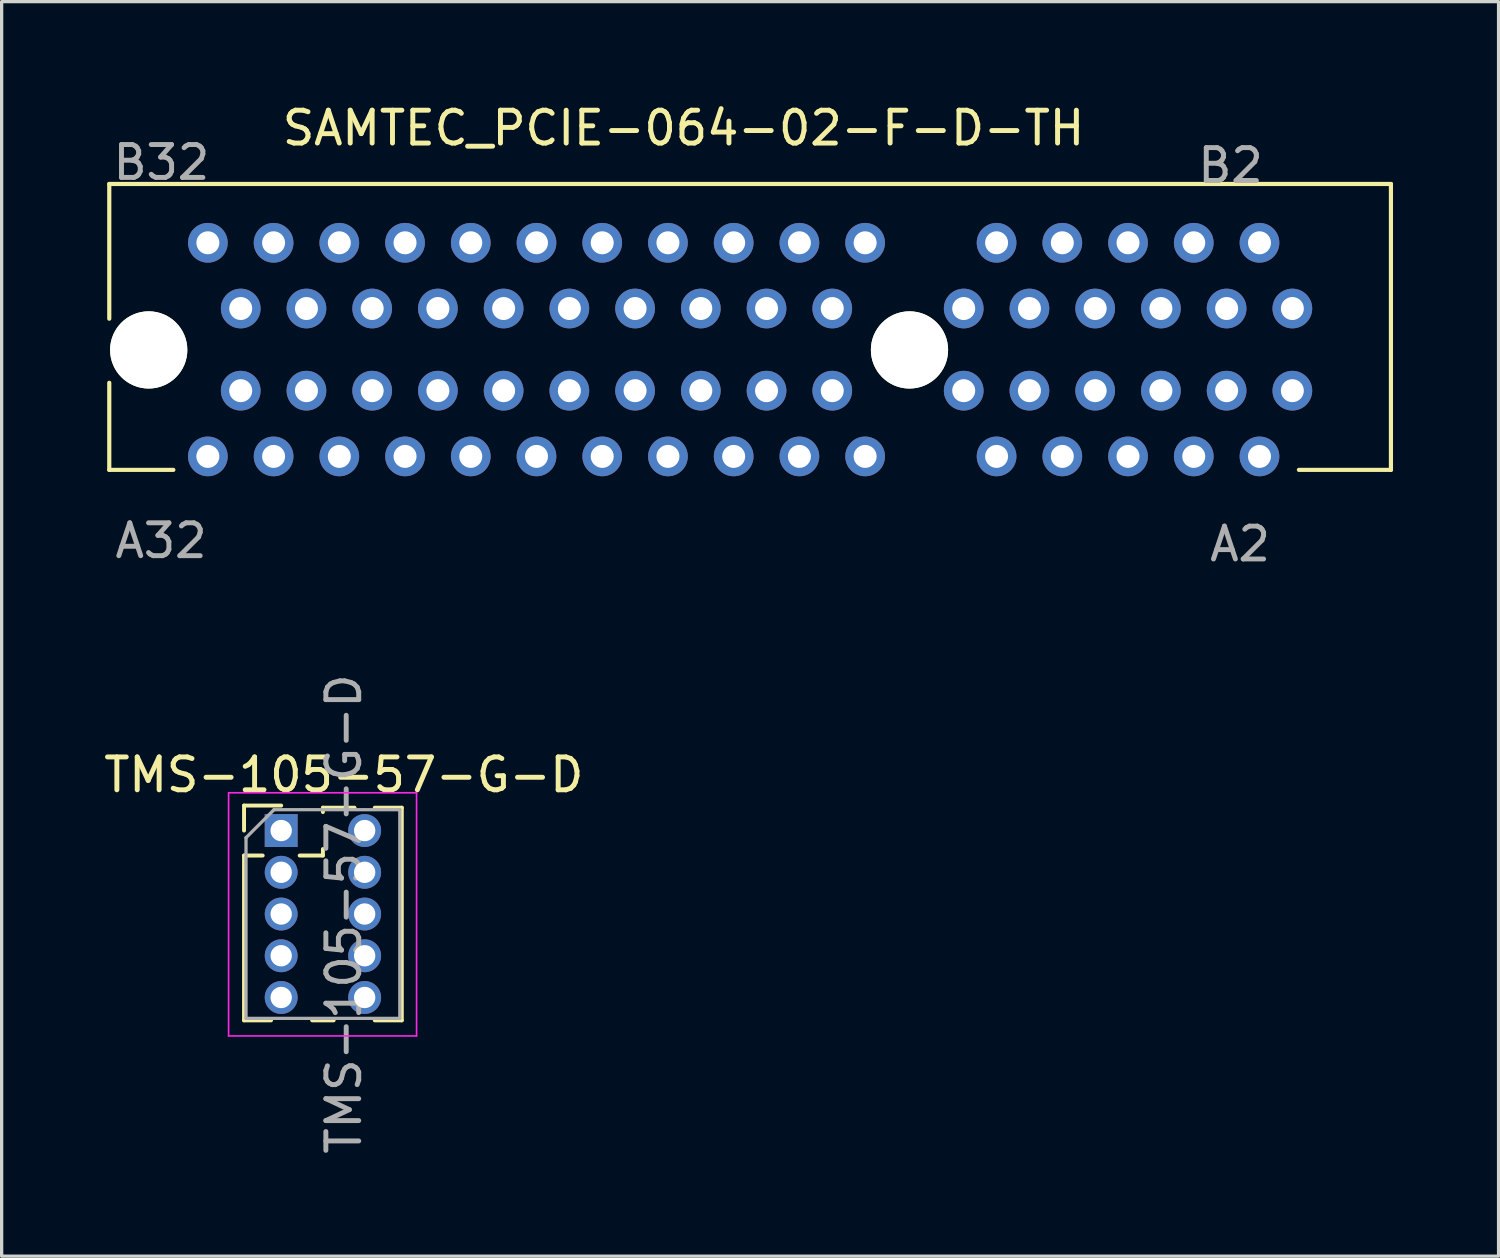
<source format=kicad_pcb>
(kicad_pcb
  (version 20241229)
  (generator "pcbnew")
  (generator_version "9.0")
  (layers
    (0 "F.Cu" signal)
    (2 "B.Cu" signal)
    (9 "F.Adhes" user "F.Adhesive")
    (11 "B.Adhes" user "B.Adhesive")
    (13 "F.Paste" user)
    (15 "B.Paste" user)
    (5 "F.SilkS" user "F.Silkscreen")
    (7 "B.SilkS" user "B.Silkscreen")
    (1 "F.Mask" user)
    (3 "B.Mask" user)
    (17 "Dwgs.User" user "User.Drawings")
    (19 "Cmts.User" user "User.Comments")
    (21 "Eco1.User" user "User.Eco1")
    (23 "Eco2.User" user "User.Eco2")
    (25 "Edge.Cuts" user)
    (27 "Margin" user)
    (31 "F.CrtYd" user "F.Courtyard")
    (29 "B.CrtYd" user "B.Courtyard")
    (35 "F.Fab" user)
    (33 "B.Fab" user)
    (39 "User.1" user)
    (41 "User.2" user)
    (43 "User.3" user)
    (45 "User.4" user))
  (footprint "SAMTEC_PCIE-064-02-F-D-TH"
    (layer "F.Cu")
    (at 19.775 7.598)
    (property "Reference" "SAMTEC_PCIE-064-02-F-D-TH" (at -2.025 -6.75 0) (layer "F.SilkS") (effects (font (size 1 1) (thickness 0.15))))
    (attr through_hole)
    (fp_line (start -19.5 -5.05) (end -19.5 -0.95) (stroke (width 0.127) (type solid)) (layer "F.SilkS"))
    (fp_line (start -19.5 -5.05) (end 19.5 -5.05) (stroke (width 0.127) (type solid)) (layer "F.SilkS"))
    (fp_line (start -19.5 3.65) (end -19.5 1) (stroke (width 0.127) (type solid)) (layer "F.SilkS"))
    (fp_line (start -17.55 3.65) (end -19.5 3.65) (stroke (width 0.127) (type solid)) (layer "F.SilkS"))
    (fp_line (start 19.5 -5.05) (end 19.5 3.65) (stroke (width 0.127) (type solid)) (layer "F.SilkS"))
    (fp_line (start 19.5 3.65) (end 16.7 3.65) (stroke (width 0.127) (type solid)) (layer "F.SilkS"))
    (fp_line (start -19.75 -5.3) (end 19.75 -5.3) (stroke (width 0.05) (type solid)) (layer "Eco1.User"))
    (fp_line (start -19.75 4.1) (end -19.75 -5.3) (stroke (width 0.05) (type solid)) (layer "Eco1.User"))
    (fp_line (start 19.75 -5.3) (end 19.75 4.1) (stroke (width 0.05) (type solid)) (layer "Eco1.User"))
    (fp_line (start 19.75 4.1) (end -19.75 4.1) (stroke (width 0.05) (type solid)) (layer "Eco1.User"))
    (fp_line (start -19.5 -5.05) (end 19.5 -5.05) (stroke (width 0.127) (type solid)) (layer "Eco2.User"))
    (fp_line (start -19.5 -3.65) (end -19.5 -5.05) (stroke (width 0.127) (type solid)) (layer "Eco2.User"))
    (fp_line (start -19.5 -3.65) (end 19.5 -3.65) (stroke (width 0.127) (type solid)) (layer "Eco2.User"))
    (fp_line (start -19.5 3.65) (end -19.5 -3.65) (stroke (width 0.127) (type solid)) (layer "Eco2.User"))
    (fp_line (start 19.5 -5.05) (end 19.5 -3.65) (stroke (width 0.127) (type solid)) (layer "Eco2.User"))
    (fp_line (start 19.5 -3.65) (end 19.5 3.65) (stroke (width 0.127) (type solid)) (layer "Eco2.User"))
    (fp_line (start 19.5 3.65) (end -19.5 3.65) (stroke (width 0.127) (type solid)) (layer "Eco2.User"))
    (fp_text user "B2" (at 14.619 -5.611 0) (layer "F.Fab") (effects (font (size 1 1) (thickness 0.15))))
    (fp_text user "A2" (at 14.91 5.906 0) (layer "F.Fab") (effects (font (size 1 1) (thickness 0.15))))
    (fp_text user "A32" (at -17.924 5.806 0) (layer "F.Fab") (effects (font (size 1 1) (thickness 0.15))))
    (fp_text user "B32" (at -17.914 -5.704 0) (layer "F.Fab") (effects (font (size 1 1) (thickness 0.15))))
    (pad "" np_thru_hole circle (at -18.3 0) (size 2.35 2.35) (drill 2.35) (layers "*.Cu" "*.Mask" "F.SilkS"))
    (pad "" np_thru_hole circle (at 4.85 0) (size 2.35 2.35) (drill 2.35) (layers "*.Cu" "*.Mask" "F.SilkS"))
    (pad "A1" thru_hole circle (at 16.5 1.24) (size 1.208 1.208) (drill 0.7) (layers "*.Cu" "*.Mask"))
    (pad "A2" thru_hole circle (at 15.5 3.24) (size 1.208 1.208) (drill 0.7) (layers "*.Cu" "*.Mask"))
    (pad "A3" thru_hole circle (at 14.5 1.24) (size 1.208 1.208) (drill 0.7) (layers "*.Cu" "*.Mask"))
    (pad "A4" thru_hole circle (at 13.5 3.24) (size 1.208 1.208) (drill 0.7) (layers "*.Cu" "*.Mask"))
    (pad "A5" thru_hole circle (at 12.5 1.24) (size 1.208 1.208) (drill 0.7) (layers "*.Cu" "*.Mask"))
    (pad "A6" thru_hole circle (at 11.5 3.24) (size 1.208 1.208) (drill 0.7) (layers "*.Cu" "*.Mask"))
    (pad "A7" thru_hole circle (at 10.5 1.24) (size 1.208 1.208) (drill 0.7) (layers "*.Cu" "*.Mask"))
    (pad "A8" thru_hole circle (at 9.5 3.24) (size 1.208 1.208) (drill 0.7) (layers "*.Cu" "*.Mask"))
    (pad "A9" thru_hole circle (at 8.5 1.24) (size 1.208 1.208) (drill 0.7) (layers "*.Cu" "*.Mask"))
    (pad "A10" thru_hole circle (at 7.5 3.24) (size 1.208 1.208) (drill 0.7) (layers "*.Cu" "*.Mask"))
    (pad "A11" thru_hole circle (at 6.5 1.24) (size 1.208 1.208) (drill 0.7) (layers "*.Cu" "*.Mask"))
    (pad "A12" thru_hole circle (at 3.5 3.24) (size 1.208 1.208) (drill 0.7) (layers "*.Cu" "*.Mask"))
    (pad "A13" thru_hole circle (at 2.5 1.24) (size 1.208 1.208) (drill 0.7) (layers "*.Cu" "*.Mask"))
    (pad "A14" thru_hole circle (at 1.5 3.24) (size 1.208 1.208) (drill 0.7) (layers "*.Cu" "*.Mask"))
    (pad "A15" thru_hole circle (at 0.5 1.24) (size 1.208 1.208) (drill 0.7) (layers "*.Cu" "*.Mask"))
    (pad "A16" thru_hole circle (at -0.5 3.24) (size 1.208 1.208) (drill 0.7) (layers "*.Cu" "*.Mask"))
    (pad "A17" thru_hole circle (at -1.5 1.24) (size 1.208 1.208) (drill 0.7) (layers "*.Cu" "*.Mask"))
    (pad "A18" thru_hole circle (at -2.5 3.24) (size 1.208 1.208) (drill 0.7) (layers "*.Cu" "*.Mask"))
    (pad "A19" thru_hole circle (at -3.5 1.24) (size 1.208 1.208) (drill 0.7) (layers "*.Cu" "*.Mask"))
    (pad "A20" thru_hole circle (at -4.5 3.24) (size 1.208 1.208) (drill 0.7) (layers "*.Cu" "*.Mask"))
    (pad "A21" thru_hole circle (at -5.5 1.24) (size 1.208 1.208) (drill 0.7) (layers "*.Cu" "*.Mask"))
    (pad "A22" thru_hole circle (at -6.5 3.24) (size 1.208 1.208) (drill 0.7) (layers "*.Cu" "*.Mask"))
    (pad "A23" thru_hole circle (at -7.5 1.24) (size 1.208 1.208) (drill 0.7) (layers "*.Cu" "*.Mask"))
    (pad "A24" thru_hole circle (at -8.5 3.24) (size 1.208 1.208) (drill 0.7) (layers "*.Cu" "*.Mask"))
    (pad "A25" thru_hole circle (at -9.5 1.24) (size 1.208 1.208) (drill 0.7) (layers "*.Cu" "*.Mask"))
    (pad "A26" thru_hole circle (at -10.5 3.24) (size 1.208 1.208) (drill 0.7) (layers "*.Cu" "*.Mask"))
    (pad "A27" thru_hole circle (at -11.5 1.24) (size 1.208 1.208) (drill 0.7) (layers "*.Cu" "*.Mask"))
    (pad "A28" thru_hole circle (at -12.5 3.24) (size 1.208 1.208) (drill 0.7) (layers "*.Cu" "*.Mask"))
    (pad "A29" thru_hole circle (at -13.5 1.24) (size 1.208 1.208) (drill 0.7) (layers "*.Cu" "*.Mask"))
    (pad "A30" thru_hole circle (at -14.5 3.24) (size 1.208 1.208) (drill 0.7) (layers "*.Cu" "*.Mask"))
    (pad "A31" thru_hole circle (at -15.5 1.24) (size 1.208 1.208) (drill 0.7) (layers "*.Cu" "*.Mask"))
    (pad "A32" thru_hole circle (at -16.5 3.24) (size 1.208 1.208) (drill 0.7) (layers "*.Cu" "*.Mask"))
    (pad "B1" thru_hole circle (at 16.5 -1.26) (size 1.208 1.208) (drill 0.7) (layers "*.Cu" "*.Mask"))
    (pad "B2" thru_hole circle (at 15.5 -3.26) (size 1.208 1.208) (drill 0.7) (layers "*.Cu" "*.Mask"))
    (pad "B3" thru_hole circle (at 14.5 -1.26) (size 1.208 1.208) (drill 0.7) (layers "*.Cu" "*.Mask"))
    (pad "B4" thru_hole circle (at 13.5 -3.26) (size 1.208 1.208) (drill 0.7) (layers "*.Cu" "*.Mask"))
    (pad "B5" thru_hole circle (at 12.5 -1.26) (size 1.208 1.208) (drill 0.7) (layers "*.Cu" "*.Mask"))
    (pad "B6" thru_hole circle (at 11.5 -3.26) (size 1.208 1.208) (drill 0.7) (layers "*.Cu" "*.Mask"))
    (pad "B7" thru_hole circle (at 10.5 -1.26) (size 1.208 1.208) (drill 0.7) (layers "*.Cu" "*.Mask"))
    (pad "B8" thru_hole circle (at 9.5 -3.26) (size 1.208 1.208) (drill 0.7) (layers "*.Cu" "*.Mask"))
    (pad "B9" thru_hole circle (at 8.5 -1.26) (size 1.208 1.208) (drill 0.7) (layers "*.Cu" "*.Mask"))
    (pad "B10" thru_hole circle (at 7.5 -3.26) (size 1.208 1.208) (drill 0.7) (layers "*.Cu" "*.Mask"))
    (pad "B11" thru_hole circle (at 6.5 -1.26) (size 1.208 1.208) (drill 0.7) (layers "*.Cu" "*.Mask"))
    (pad "B12" thru_hole circle (at 3.5 -3.26) (size 1.208 1.208) (drill 0.7) (layers "*.Cu" "*.Mask"))
    (pad "B13" thru_hole circle (at 2.5 -1.26) (size 1.208 1.208) (drill 0.7) (layers "*.Cu" "*.Mask"))
    (pad "B14" thru_hole circle (at 1.5 -3.26) (size 1.208 1.208) (drill 0.7) (layers "*.Cu" "*.Mask"))
    (pad "B15" thru_hole circle (at 0.5 -1.26) (size 1.208 1.208) (drill 0.7) (layers "*.Cu" "*.Mask"))
    (pad "B16" thru_hole circle (at -0.5 -3.26) (size 1.208 1.208) (drill 0.7) (layers "*.Cu" "*.Mask"))
    (pad "B17" thru_hole circle (at -1.5 -1.26) (size 1.208 1.208) (drill 0.7) (layers "*.Cu" "*.Mask"))
    (pad "B18" thru_hole circle (at -2.5 -3.26) (size 1.208 1.208) (drill 0.7) (layers "*.Cu" "*.Mask"))
    (pad "B19" thru_hole circle (at -3.5 -1.26) (size 1.208 1.208) (drill 0.7) (layers "*.Cu" "*.Mask"))
    (pad "B20" thru_hole circle (at -4.5 -3.26) (size 1.208 1.208) (drill 0.7) (layers "*.Cu" "*.Mask"))
    (pad "B21" thru_hole circle (at -5.5 -1.26) (size 1.208 1.208) (drill 0.7) (layers "*.Cu" "*.Mask"))
    (pad "B22" thru_hole circle (at -6.5 -3.26) (size 1.208 1.208) (drill 0.7) (layers "*.Cu" "*.Mask"))
    (pad "B23" thru_hole circle (at -7.5 -1.26) (size 1.208 1.208) (drill 0.7) (layers "*.Cu" "*.Mask"))
    (pad "B24" thru_hole circle (at -8.5 -3.26) (size 1.208 1.208) (drill 0.7) (layers "*.Cu" "*.Mask"))
    (pad "B25" thru_hole circle (at -9.5 -1.26) (size 1.208 1.208) (drill 0.7) (layers "*.Cu" "*.Mask"))
    (pad "B26" thru_hole circle (at -10.5 -3.26) (size 1.208 1.208) (drill 0.7) (layers "*.Cu" "*.Mask"))
    (pad "B27" thru_hole circle (at -11.5 -1.26) (size 1.208 1.208) (drill 0.7) (layers "*.Cu" "*.Mask"))
    (pad "B28" thru_hole circle (at -12.5 -3.26) (size 1.208 1.208) (drill 0.7) (layers "*.Cu" "*.Mask"))
    (pad "B29" thru_hole circle (at -13.5 -1.26) (size 1.208 1.208) (drill 0.7) (layers "*.Cu" "*.Mask"))
    (pad "B30" thru_hole circle (at -14.5 -3.26) (size 1.208 1.208) (drill 0.7) (layers "*.Cu" "*.Mask"))
    (pad "B31" thru_hole circle (at -15.5 -1.26) (size 1.208 1.208) (drill 0.7) (layers "*.Cu" "*.Mask"))
    (pad "B32" thru_hole circle (at -16.5 -3.26) (size 1.208 1.208) (drill 0.7) (layers "*.Cu" "*.Mask")))
  (footprint "TMS-105-57-G-D"
    (layer "F.Cu")
    (at 6.776 24.763)
    (property "Reference" "TMS-105-57-G-D" (at 0.635 -4.235 0) (layer "F.SilkS") (effects (font (size 1 1) (thickness 0.15))))
    (attr through_hole)
    (fp_line (start -2.4 -3.3) (end -1.27 -3.3) (stroke (width 0.12) (type solid)) (layer "F.SilkS"))
    (fp_line (start -2.4 -2.54) (end -2.4 -3.3) (stroke (width 0.12) (type solid)) (layer "F.SilkS"))
    (fp_line (start -2.4 -1.78) (end -2.4 3.235) (stroke (width 0.12) (type solid)) (layer "F.SilkS"))
    (fp_line (start -2.4 -1.78) (end -1.833 -1.78) (stroke (width 0.12) (type solid)) (layer "F.SilkS"))
    (fp_line (start -2.4 3.235) (end -1.578 3.235) (stroke (width 0.12) (type solid)) (layer "F.SilkS"))
    (fp_line (start -0.707 -1.78) (end 0 -1.78) (stroke (width 0.12) (type solid)) (layer "F.SilkS"))
    (fp_line (start -0.327 3.235) (end 0.327 3.235) (stroke (width 0.12) (type solid)) (layer "F.SilkS"))
    (fp_line (start 0 -3.235) (end 0.962 -3.235) (stroke (width 0.12) (type solid)) (layer "F.SilkS"))
    (fp_line (start 0 -3.103) (end 0 -3.235) (stroke (width 0.12) (type solid)) (layer "F.SilkS"))
    (fp_line (start 0 -1.78) (end 0 -1.977) (stroke (width 0.12) (type solid)) (layer "F.SilkS"))
    (fp_line (start 1.578 -3.235) (end 2.4 -3.235) (stroke (width 0.12) (type solid)) (layer "F.SilkS"))
    (fp_line (start 1.578 3.235) (end 2.4 3.235) (stroke (width 0.12) (type solid)) (layer "F.SilkS"))
    (fp_line (start 2.4 -3.235) (end 2.4 3.235) (stroke (width 0.12) (type solid)) (layer "F.SilkS"))
    (fp_line (start -2.87 -3.69) (end -2.87 3.71) (stroke (width 0.05) (type solid)) (layer "F.CrtYd"))
    (fp_line (start -2.87 3.71) (end 2.85 3.71) (stroke (width 0.05) (type solid)) (layer "F.CrtYd"))
    (fp_line (start 2.85 -3.69) (end -2.87 -3.69) (stroke (width 0.05) (type solid)) (layer "F.CrtYd"))
    (fp_line (start 2.85 3.71) (end 2.85 -3.69) (stroke (width 0.05) (type solid)) (layer "F.CrtYd"))
    (fp_line (start -2.34 -2.322) (end -1.488 -3.175) (stroke (width 0.1) (type solid)) (layer "F.Fab"))
    (fp_line (start -2.34 3.175) (end -2.34 -2.322) (stroke (width 0.1) (type solid)) (layer "F.Fab"))
    (fp_line (start -1.488 -3.175) (end 2.34 -3.175) (stroke (width 0.1) (type solid)) (layer "F.Fab"))
    (fp_line (start 2.34 -3.175) (end 2.34 3.175) (stroke (width 0.1) (type solid)) (layer "F.Fab"))
    (fp_line (start 2.34 3.175) (end -2.34 3.175) (stroke (width 0.1) (type solid)) (layer "F.Fab"))
    (fp_text user "${REFERENCE}" (at 0.635 0 90) (layer "F.Fab") (effects (font (size 1 1) (thickness 0.15))))
    (pad "1" thru_hole rect (at -1.27 -2.54) (size 1 1) (drill 0.65) (layers "*.Cu" "*.Mask"))
    (pad "2" thru_hole oval (at 1.27 -2.54) (size 1 1) (drill 0.65) (layers "*.Cu" "*.Mask"))
    (pad "3" thru_hole oval (at -1.27 -1.27) (size 1 1) (drill 0.65) (layers "*.Cu" "*.Mask"))
    (pad "4" thru_hole oval (at 1.27 -1.27) (size 1 1) (drill 0.65) (layers "*.Cu" "*.Mask"))
    (pad "5" thru_hole oval (at -1.27 0) (size 1 1) (drill 0.65) (layers "*.Cu" "*.Mask"))
    (pad "6" thru_hole oval (at 1.27 0) (size 1 1) (drill 0.65) (layers "*.Cu" "*.Mask"))
    (pad "7" thru_hole oval (at -1.27 1.27) (size 1 1) (drill 0.65) (layers "*.Cu" "*.Mask"))
    (pad "8" thru_hole oval (at 1.27 1.27) (size 1 1) (drill 0.65) (layers "*.Cu" "*.Mask"))
    (pad "9" thru_hole oval (at -1.27 2.54) (size 1 1) (drill 0.65) (layers "*.Cu" "*.Mask"))
    (pad "10" thru_hole oval (at 1.27 2.54) (size 1 1) (drill 0.65) (layers "*.Cu" "*.Mask")))
  (gr_rect
    (start -3 -3)
    (end 42.55 35.174)
    (stroke (width 0.1) (type default))
    (fill no)
    (layer "Edge.Cuts")))
</source>
